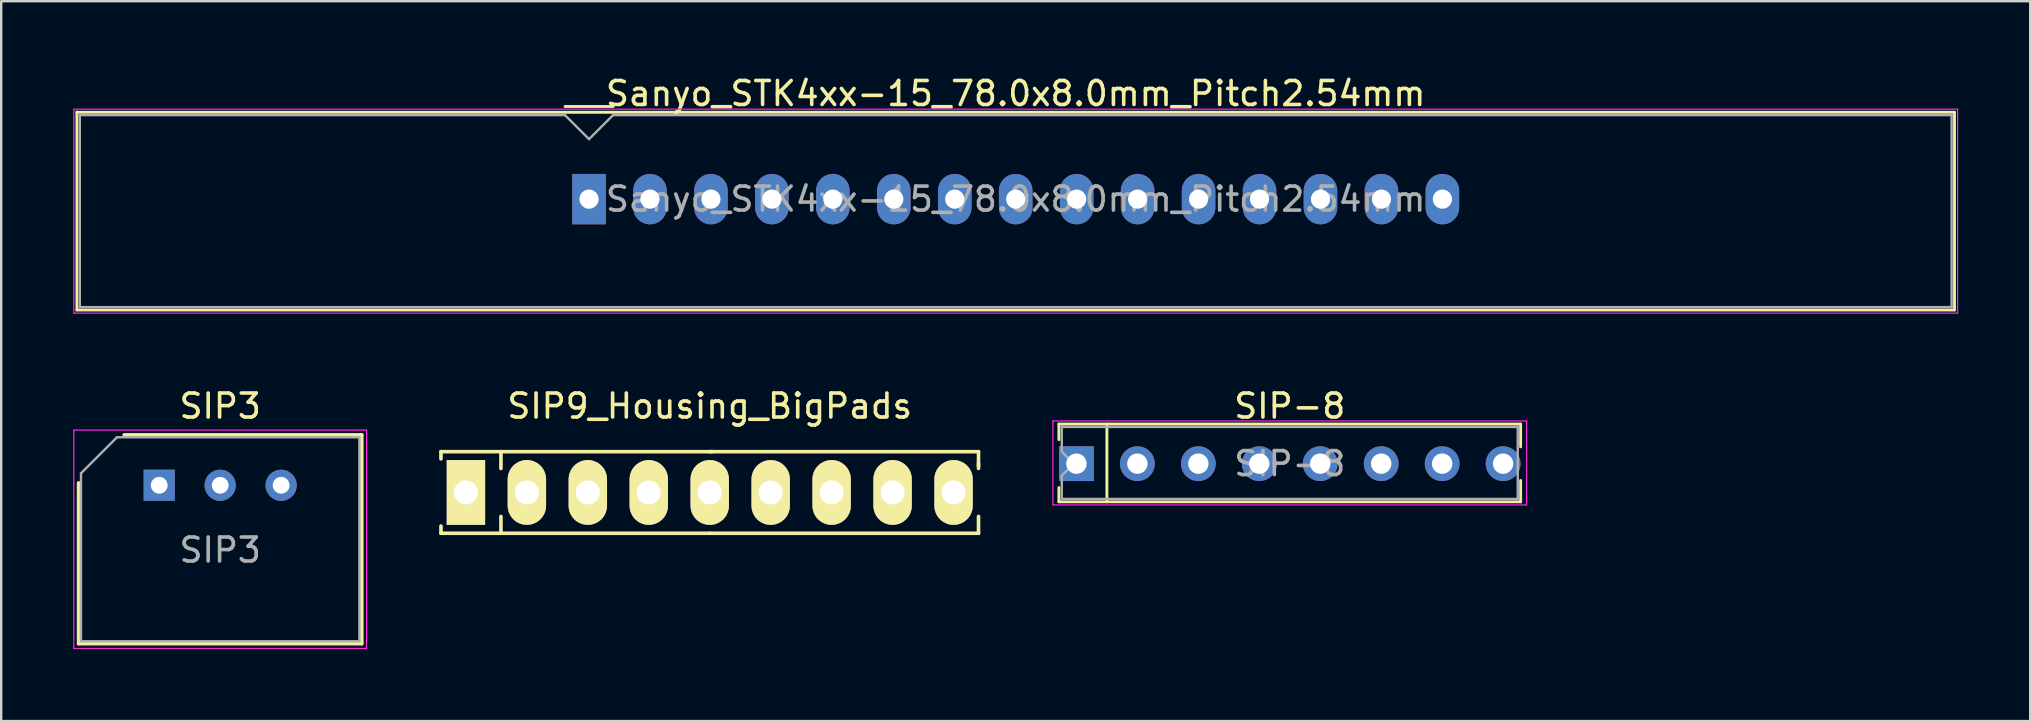
<source format=kicad_pcb>
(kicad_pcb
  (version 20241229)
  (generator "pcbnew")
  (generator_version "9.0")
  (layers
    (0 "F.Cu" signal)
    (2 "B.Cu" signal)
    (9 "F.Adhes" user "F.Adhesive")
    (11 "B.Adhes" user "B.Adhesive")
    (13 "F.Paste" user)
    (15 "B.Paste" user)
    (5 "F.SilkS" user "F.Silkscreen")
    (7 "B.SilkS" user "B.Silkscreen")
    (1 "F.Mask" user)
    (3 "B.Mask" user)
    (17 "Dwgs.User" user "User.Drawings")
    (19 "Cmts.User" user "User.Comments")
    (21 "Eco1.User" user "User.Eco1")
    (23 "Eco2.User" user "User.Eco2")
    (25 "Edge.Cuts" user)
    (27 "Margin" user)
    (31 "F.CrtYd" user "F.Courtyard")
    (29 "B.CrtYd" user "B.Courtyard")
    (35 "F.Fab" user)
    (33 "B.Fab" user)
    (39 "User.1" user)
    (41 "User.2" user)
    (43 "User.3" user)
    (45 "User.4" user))
  (footprint "SIP-8"
    (layer "F.Cu")
    (at 41.805 16.271)
    (property "Reference" "SIP-8" (at 8.89 -2.4 0) (layer "F.SilkS") (effects (font (size 1 1) (thickness 0.15))))
    (attr through_hole)
    (fp_line (start -0.73 -1.65) (end -0.73 -1) (stroke (width 0.12) (type solid)) (layer "F.SilkS"))
    (fp_line (start -0.73 1.59) (end -0.73 1) (stroke (width 0.12) (type solid)) (layer "F.SilkS"))
    (fp_line (start 1.27 1.59) (end 1.27 -1.65) (stroke (width 0.12) (type solid)) (layer "F.SilkS"))
    (fp_line (start 18.51 -1.65) (end -0.73 -1.65) (stroke (width 0.12) (type solid)) (layer "F.SilkS"))
    (fp_line (start 18.51 -1.65) (end 18.51 -0.7) (stroke (width 0.12) (type solid)) (layer "F.SilkS"))
    (fp_line (start 18.51 1.59) (end -0.73 1.59) (stroke (width 0.12) (type solid)) (layer "F.SilkS"))
    (fp_line (start 18.51 1.59) (end 18.51 0.7) (stroke (width 0.12) (type solid)) (layer "F.SilkS"))
    (fp_line (start -0.98 -1.78) (end 18.76 -1.78) (stroke (width 0.05) (type solid)) (layer "F.CrtYd"))
    (fp_line (start -0.98 1.72) (end -0.98 -1.78) (stroke (width 0.05) (type solid)) (layer "F.CrtYd"))
    (fp_line (start 18.76 -1.78) (end 18.76 1.72) (stroke (width 0.05) (type solid)) (layer "F.CrtYd"))
    (fp_line (start 18.76 1.72) (end -0.98 1.72) (stroke (width 0.05) (type solid)) (layer "F.CrtYd"))
    (fp_line (start -0.61 -1.53) (end -0.61 -0.5) (stroke (width 0.1) (type solid)) (layer "F.Fab"))
    (fp_line (start -0.61 -0.5) (end -0.11 0) (stroke (width 0.1) (type solid)) (layer "F.Fab"))
    (fp_line (start -0.61 0.5) (end -0.61 1.47) (stroke (width 0.1) (type solid)) (layer "F.Fab"))
    (fp_line (start -0.11 0) (end -0.61 0.5) (stroke (width 0.1) (type solid)) (layer "F.Fab"))
    (fp_line (start 18.39 -1.53) (end -0.61 -1.53) (stroke (width 0.1) (type solid)) (layer "F.Fab"))
    (fp_line (start 18.39 -1.53) (end 18.39 1.47) (stroke (width 0.1) (type solid)) (layer "F.Fab"))
    (fp_line (start 18.39 1.47) (end -0.61 1.47) (stroke (width 0.1) (type solid)) (layer "F.Fab"))
    (fp_text user "${REFERENCE}" (at 8.89 0 0) (layer "F.Fab") (effects (font (size 1 1) (thickness 0.15))))
    (pad "1" thru_hole rect (at 0 0 90) (size 1.45 1.45) (drill 0.85) (layers "*.Cu" "*.Mask"))
    (pad "2" thru_hole circle (at 2.54 0 90) (size 1.45 1.45) (drill 0.85) (layers "*.Cu" "*.Mask"))
    (pad "3" thru_hole circle (at 5.08 0 90) (size 1.45 1.45) (drill 0.85) (layers "*.Cu" "*.Mask"))
    (pad "4" thru_hole circle (at 7.62 0 90) (size 1.45 1.45) (drill 0.85) (layers "*.Cu" "*.Mask"))
    (pad "5" thru_hole circle (at 10.16 0 90) (size 1.45 1.45) (drill 0.85) (layers "*.Cu" "*.Mask"))
    (pad "6" thru_hole circle (at 12.7 0 90) (size 1.45 1.45) (drill 0.85) (layers "*.Cu" "*.Mask"))
    (pad "7" thru_hole circle (at 15.24 0 90) (size 1.45 1.45) (drill 0.85) (layers "*.Cu" "*.Mask"))
    (pad "8" thru_hole circle (at 17.78 0 90) (size 1.45 1.45) (drill 0.85) (layers "*.Cu" "*.Mask")))
  (footprint "Sanyo_STK4xx-15_78.0x8.0mm_Pitch2.54mm"
    (layer "F.Cu")
    (at 21.495 5.248)
    (property "Reference" "Sanyo_STK4xx-15_78.0x8.0mm_Pitch2.54mm" (at 17.78 -4.4 0) (layer "F.SilkS") (effects (font (size 1 1) (thickness 0.15))))
    (attr through_hole)
    (fp_line (start -21.34 -3.62) (end 56.9 -3.62) (stroke (width 0.12) (type solid)) (layer "F.SilkS"))
    (fp_line (start -21.34 4.62) (end -21.34 -3.63) (stroke (width 0.12) (type solid)) (layer "F.SilkS"))
    (fp_line (start -1 -3.86) (end 1 -3.86) (stroke (width 0.12) (type solid)) (layer "F.SilkS"))
    (fp_line (start 56.9 -3.62) (end 56.9 4.62) (stroke (width 0.12) (type solid)) (layer "F.SilkS"))
    (fp_line (start 56.9 4.62) (end -21.34 4.62) (stroke (width 0.12) (type solid)) (layer "F.SilkS"))
    (fp_line (start -21.47 -3.75) (end 57.03 -3.75) (stroke (width 0.05) (type solid)) (layer "F.CrtYd"))
    (fp_line (start -21.47 4.75) (end -21.47 -3.75) (stroke (width 0.05) (type solid)) (layer "F.CrtYd"))
    (fp_line (start 57.03 -3.75) (end 57.03 4.75) (stroke (width 0.05) (type solid)) (layer "F.CrtYd"))
    (fp_line (start 57.03 4.75) (end -21.47 4.75) (stroke (width 0.05) (type solid)) (layer "F.CrtYd"))
    (fp_line (start -21.22 -3.5) (end -1 -3.5) (stroke (width 0.1) (type solid)) (layer "F.Fab"))
    (fp_line (start -21.22 4.5) (end -21.22 -3.5) (stroke (width 0.1) (type solid)) (layer "F.Fab"))
    (fp_line (start -1 -3.5) (end 0 -2.5) (stroke (width 0.1) (type solid)) (layer "F.Fab"))
    (fp_line (start 0 -2.5) (end 1 -3.5) (stroke (width 0.1) (type solid)) (layer "F.Fab"))
    (fp_line (start 1 -3.5) (end 56.78 -3.5) (stroke (width 0.1) (type solid)) (layer "F.Fab"))
    (fp_line (start 56.78 -3.5) (end 56.78 4.5) (stroke (width 0.1) (type solid)) (layer "F.Fab"))
    (fp_line (start 56.78 4.5) (end -21.22 4.5) (stroke (width 0.1) (type solid)) (layer "F.Fab"))
    (fp_text user "${REFERENCE}" (at 17.78 0 0) (layer "F.Fab") (effects (font (size 1 1) (thickness 0.15))))
    (pad "1" thru_hole rect (at 0 0) (size 1.4 2.1) (drill 0.8) (layers "*.Cu" "*.Mask"))
    (pad "2" thru_hole oval (at 2.54 0) (size 1.4 2.1) (drill 0.8) (layers "*.Cu" "*.Mask"))
    (pad "3" thru_hole oval (at 5.08 0) (size 1.4 2.1) (drill 0.8) (layers "*.Cu" "*.Mask"))
    (pad "4" thru_hole oval (at 7.62 0) (size 1.4 2.1) (drill 0.8) (layers "*.Cu" "*.Mask"))
    (pad "5" thru_hole oval (at 10.16 0) (size 1.4 2.1) (drill 0.8) (layers "*.Cu" "*.Mask"))
    (pad "6" thru_hole oval (at 12.7 0) (size 1.4 2.1) (drill 0.8) (layers "*.Cu" "*.Mask"))
    (pad "7" thru_hole oval (at 15.24 0) (size 1.4 2.1) (drill 0.8) (layers "*.Cu" "*.Mask"))
    (pad "8" thru_hole oval (at 17.78 0) (size 1.4 2.1) (drill 0.8) (layers "*.Cu" "*.Mask"))
    (pad "9" thru_hole oval (at 20.32 0) (size 1.4 2.1) (drill 0.8) (layers "*.Cu" "*.Mask"))
    (pad "10" thru_hole oval (at 22.86 0) (size 1.4 2.1) (drill 0.8) (layers "*.Cu" "*.Mask"))
    (pad "11" thru_hole oval (at 25.4 0) (size 1.4 2.1) (drill 0.8) (layers "*.Cu" "*.Mask"))
    (pad "12" thru_hole oval (at 27.94 0) (size 1.4 2.1) (drill 0.8) (layers "*.Cu" "*.Mask"))
    (pad "13" thru_hole oval (at 30.48 0) (size 1.4 2.1) (drill 0.8) (layers "*.Cu" "*.Mask"))
    (pad "14" thru_hole oval (at 33.02 0) (size 1.4 2.1) (drill 0.8) (layers "*.Cu" "*.Mask"))
    (pad "15" thru_hole oval (at 35.56 0) (size 1.4 2.1) (drill 0.8) (layers "*.Cu" "*.Mask")))
  (footprint "SIP9_Housing_BigPads"
    (layer "F.Cu")
    (at 26.525 17.471)
    (property "Reference" "SIP9_Housing_BigPads" (at 0 -3.6 0) (layer "F.SilkS") (effects (font (size 1 1) (thickness 0.15))))
    (attr through_hole)
    (fp_line (start -11.2 -1.7) (end -11.2 -1.4) (stroke (width 0.15) (type solid)) (layer "F.SilkS"))
    (fp_line (start -11.2 1.7) (end -11.2 1.4) (stroke (width 0.15) (type solid)) (layer "F.SilkS"))
    (fp_line (start -8.7 -1.7) (end -8.7 -1) (stroke (width 0.15) (type solid)) (layer "F.SilkS"))
    (fp_line (start -8.7 1.7) (end -8.7 1) (stroke (width 0.15) (type solid)) (layer "F.SilkS"))
    (fp_line (start 0 -1.7) (end 11.2 -1.7) (stroke (width 0.15) (type solid)) (layer "F.SilkS"))
    (fp_line (start 0 1.7) (end -11.2 1.7) (stroke (width 0.15) (type solid)) (layer "F.SilkS"))
    (fp_line (start 0 1.7) (end 11.2 1.7) (stroke (width 0.15) (type solid)) (layer "F.SilkS"))
    (fp_line (start 0.1 -1.7) (end -11.2 -1.7) (stroke (width 0.15) (type solid)) (layer "F.SilkS"))
    (fp_line (start 11.2 -1.7) (end 11.2 -1.1) (stroke (width 0.15) (type solid)) (layer "F.SilkS"))
    (fp_line (start 11.2 -1.2) (end 11.2 -1) (stroke (width 0.15) (type solid)) (layer "F.SilkS"))
    (fp_line (start 11.2 1.7) (end 11.2 1) (stroke (width 0.15) (type solid)) (layer "F.SilkS"))
    (pad "1" thru_hole rect (at -10.16 0 90) (size 2.7 1.6) (drill 1) (layers "*.Cu" "*.Mask" "F.SilkS"))
    (pad "2" thru_hole oval (at -7.62 0 90) (size 2.7 1.6) (drill 1) (layers "*.Cu" "*.Mask" "F.SilkS"))
    (pad "3" thru_hole oval (at -5.08 0 90) (size 2.7 1.6) (drill 1) (layers "*.Cu" "*.Mask" "F.SilkS"))
    (pad "4" thru_hole oval (at -2.54 0 90) (size 2.7 1.6) (drill 1) (layers "*.Cu" "*.Mask" "F.SilkS"))
    (pad "5" thru_hole oval (at 0 0 90) (size 2.7 1.6) (drill 1) (layers "*.Cu" "*.Mask" "F.SilkS"))
    (pad "6" thru_hole oval (at 2.54 0 90) (size 2.7 1.6) (drill 1) (layers "*.Cu" "*.Mask" "F.SilkS"))
    (pad "7" thru_hole oval (at 5.08 0 90) (size 2.7 1.6) (drill 1) (layers "*.Cu" "*.Mask" "F.SilkS"))
    (pad "8" thru_hole oval (at 7.62 0 90) (size 2.7 1.6) (drill 1) (layers "*.Cu" "*.Mask" "F.SilkS"))
    (pad "9" thru_hole oval (at 10.16 0 90) (size 2.7 1.6) (drill 1) (layers "*.Cu" "*.Mask" "F.SilkS")))
  (footprint "SIP3"
    (layer "F.Cu")
    (at 3.585 17.172)
    (property "Reference" "SIP3" (at 2.54 -3.3 0) (layer "F.SilkS") (effects (font (size 1 1) (thickness 0.15))))
    (attr through_hole)
    (fp_line (start -3.36 6.6) (end -3.36 -0.1) (stroke (width 0.15) (type solid)) (layer "F.SilkS"))
    (fp_line (start -1.46 -2.1) (end 8.44 -2.1) (stroke (width 0.15) (type solid)) (layer "F.SilkS"))
    (fp_line (start 8.44 -2.1) (end 8.44 6.6) (stroke (width 0.15) (type solid)) (layer "F.SilkS"))
    (fp_line (start 8.44 6.6) (end -3.36 6.6) (stroke (width 0.15) (type solid)) (layer "F.SilkS"))
    (fp_line (start -3.56 -2.3) (end -3.56 6.8) (stroke (width 0.05) (type solid)) (layer "F.CrtYd"))
    (fp_line (start -3.56 -2.3) (end 8.64 -2.3) (stroke (width 0.05) (type solid)) (layer "F.CrtYd"))
    (fp_line (start -3.56 6.8) (end 8.64 6.8) (stroke (width 0.05) (type solid)) (layer "F.CrtYd"))
    (fp_line (start 8.64 -2.3) (end 8.64 6.8) (stroke (width 0.05) (type solid)) (layer "F.CrtYd"))
    (fp_line (start -3.26 -0.5) (end -3.26 6.5) (stroke (width 0.1) (type solid)) (layer "F.Fab"))
    (fp_line (start -3.26 -0.5) (end -1.76 -2) (stroke (width 0.1) (type solid)) (layer "F.Fab"))
    (fp_line (start -3.26 6.5) (end 8.34 6.5) (stroke (width 0.1) (type solid)) (layer "F.Fab"))
    (fp_line (start 8.34 -2) (end -1.76 -2) (stroke (width 0.1) (type solid)) (layer "F.Fab"))
    (fp_line (start 8.34 6.5) (end 8.34 -2) (stroke (width 0.1) (type solid)) (layer "F.Fab"))
    (fp_text user "${REFERENCE}" (at 2.54 2.7 0) (layer "F.Fab") (effects (font (size 1 1) (thickness 0.15))))
    (pad "1" thru_hole rect (at 0 0 90) (size 1.3 1.3) (drill 0.7) (layers "*.Cu" "*.Mask"))
    (pad "2" thru_hole circle (at 2.54 0) (size 1.3 1.3) (drill 0.7) (layers "*.Cu" "*.Mask"))
    (pad "3" thru_hole circle (at 5.08 0 90) (size 1.3 1.3) (drill 0.7) (layers "*.Cu" "*.Mask")))
  (gr_rect
    (start -3 -3)
    (end 81.55 26.997)
    (stroke (width 0.1) (type default))
    (fill no)
    (layer "Edge.Cuts")))
</source>
